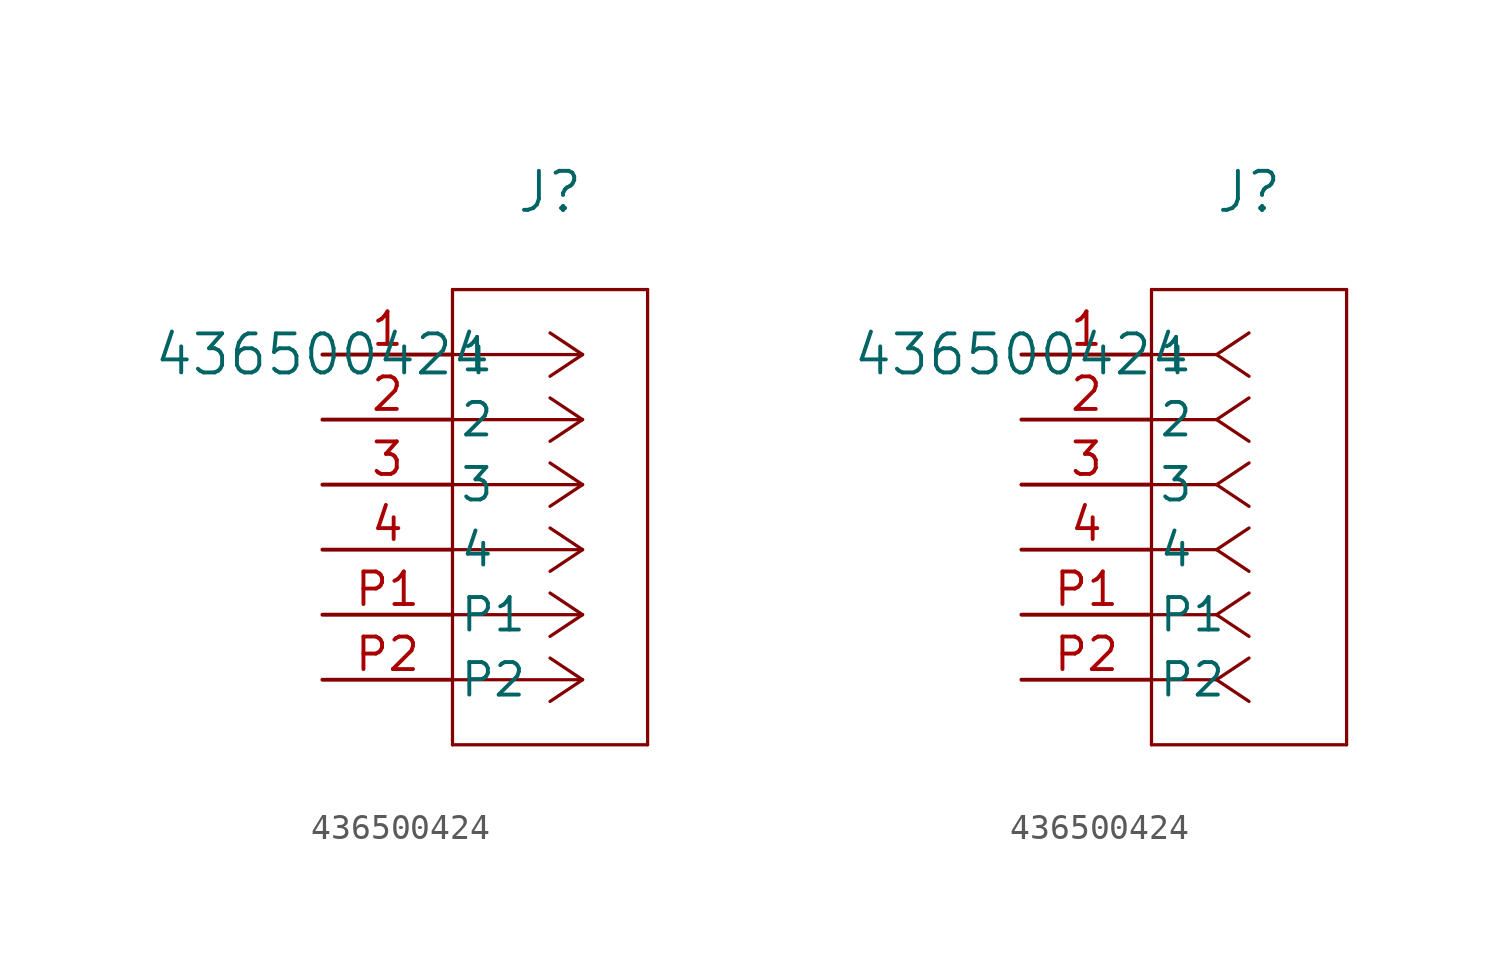
<source format=kicad_sym>
(kicad_symbol_lib
  (version 20211014)
  (generator kicad_symbol_editor)
  (symbol "436500424"
    (pin_names
      (offset 0.254))
    (property "Reference" "J"
      (at 8.89 6.35 0)
      (effects (font (size 1.524 1.524))))
    (property "Value" "436500424"
      (at 0 0 0)
      (effects (font (size 1.524 1.524))))
    (symbol "436500424_1_1"
      (polyline (pts (xy 10.16 0) (xy 5.08 0)) (stroke (width 0.127) (type default) (color 0 0 0 0)) (fill (type none)))
      (polyline (pts (xy 10.16 -2.54) (xy 5.08 -2.54)) (stroke (width 0.127) (type default) (color 0 0 0 0)) (fill (type none)))
      (polyline (pts (xy 10.16 -5.08) (xy 5.08 -5.08)) (stroke (width 0.127) (type default) (color 0 0 0 0)) (fill (type none)))
      (polyline (pts (xy 10.16 -7.62) (xy 5.08 -7.62)) (stroke (width 0.127) (type default) (color 0 0 0 0)) (fill (type none)))
      (polyline (pts (xy 10.16 -10.16) (xy 5.08 -10.16)) (stroke (width 0.127) (type default) (color 0 0 0 0)) (fill (type none)))
      (polyline (pts (xy 10.16 -12.7) (xy 5.08 -12.7)) (stroke (width 0.127) (type default) (color 0 0 0 0)) (fill (type none)))
      (polyline (pts (xy 10.16 0) (xy 8.89 0.847)) (stroke (width 0.127) (type default) (color 0 0 0 0)) (fill (type none)))
      (polyline (pts (xy 10.16 -2.54) (xy 8.89 -1.693)) (stroke (width 0.127) (type default) (color 0 0 0 0)) (fill (type none)))
      (polyline (pts (xy 10.16 -5.08) (xy 8.89 -4.233)) (stroke (width 0.127) (type default) (color 0 0 0 0)) (fill (type none)))
      (polyline (pts (xy 10.16 -7.62) (xy 8.89 -6.773)) (stroke (width 0.127) (type default) (color 0 0 0 0)) (fill (type none)))
      (polyline (pts (xy 10.16 -10.16) (xy 8.89 -9.313)) (stroke (width 0.127) (type default) (color 0 0 0 0)) (fill (type none)))
      (polyline (pts (xy 10.16 -12.7) (xy 8.89 -11.853)) (stroke (width 0.127) (type default) (color 0 0 0 0)) (fill (type none)))
      (polyline (pts (xy 10.16 0) (xy 8.89 -0.847)) (stroke (width 0.127) (type default) (color 0 0 0 0)) (fill (type none)))
      (polyline (pts (xy 10.16 -2.54) (xy 8.89 -3.387)) (stroke (width 0.127) (type default) (color 0 0 0 0)) (fill (type none)))
      (polyline (pts (xy 10.16 -5.08) (xy 8.89 -5.927)) (stroke (width 0.127) (type default) (color 0 0 0 0)) (fill (type none)))
      (polyline (pts (xy 10.16 -7.62) (xy 8.89 -8.467)) (stroke (width 0.127) (type default) (color 0 0 0 0)) (fill (type none)))
      (polyline (pts (xy 10.16 -10.16) (xy 8.89 -11.007)) (stroke (width 0.127) (type default) (color 0 0 0 0)) (fill (type none)))
      (polyline (pts (xy 10.16 -12.7) (xy 8.89 -13.547)) (stroke (width 0.127) (type default) (color 0 0 0 0)) (fill (type none)))
      (polyline (pts (xy 5.08 2.54) (xy 5.08 -15.24)) (stroke (width 0.127) (type default) (color 0 0 0 0)) (fill (type none)))
      (polyline (pts (xy 5.08 -15.24) (xy 12.7 -15.24)) (stroke (width 0.127) (type default) (color 0 0 0 0)) (fill (type none)))
      (polyline (pts (xy 12.7 -15.24) (xy 12.7 2.54)) (stroke (width 0.127) (type default) (color 0 0 0 0)) (fill (type none)))
      (polyline (pts (xy 12.7 2.54) (xy 5.08 2.54)) (stroke (width 0.127) (type default) (color 0 0 0 0)) (fill (type none)))
      (pin unspecified line (at 0 0 0) (length 5.08) (name "1" (effects (font (size 1.27 1.27)))) (number "1" (effects (font (size 1.27 1.27)))))
      (pin unspecified line (at 0 -2.54 0) (length 5.08) (name "2" (effects (font (size 1.27 1.27)))) (number "2" (effects (font (size 1.27 1.27)))))
      (pin unspecified line (at 0 -5.08 0) (length 5.08) (name "3" (effects (font (size 1.27 1.27)))) (number "3" (effects (font (size 1.27 1.27)))))
      (pin unspecified line (at 0 -7.62 0) (length 5.08) (name "4" (effects (font (size 1.27 1.27)))) (number "4" (effects (font (size 1.27 1.27)))))
      (pin unspecified line (at 0 -10.16 0) (length 5.08) (name "P1" (effects (font (size 1.27 1.27)))) (number "P1" (effects (font (size 1.27 1.27)))))
      (pin unspecified line (at 0 -12.7 0) (length 5.08) (name "P2" (effects (font (size 1.27 1.27)))) (number "P2" (effects (font (size 1.27 1.27))))))
    (symbol "436500424_1_2"
      (polyline (pts (xy 7.62 0) (xy 5.08 0)) (stroke (width 0.127) (type default) (color 0 0 0 0)) (fill (type none)))
      (polyline (pts (xy 7.62 -2.54) (xy 5.08 -2.54)) (stroke (width 0.127) (type default) (color 0 0 0 0)) (fill (type none)))
      (polyline (pts (xy 7.62 -5.08) (xy 5.08 -5.08)) (stroke (width 0.127) (type default) (color 0 0 0 0)) (fill (type none)))
      (polyline (pts (xy 7.62 -7.62) (xy 5.08 -7.62)) (stroke (width 0.127) (type default) (color 0 0 0 0)) (fill (type none)))
      (polyline (pts (xy 7.62 -10.16) (xy 5.08 -10.16)) (stroke (width 0.127) (type default) (color 0 0 0 0)) (fill (type none)))
      (polyline (pts (xy 7.62 -12.7) (xy 5.08 -12.7)) (stroke (width 0.127) (type default) (color 0 0 0 0)) (fill (type none)))
      (polyline (pts (xy 7.62 0) (xy 8.89 0.847)) (stroke (width 0.127) (type default) (color 0 0 0 0)) (fill (type none)))
      (polyline (pts (xy 7.62 -2.54) (xy 8.89 -1.693)) (stroke (width 0.127) (type default) (color 0 0 0 0)) (fill (type none)))
      (polyline (pts (xy 7.62 -5.08) (xy 8.89 -4.233)) (stroke (width 0.127) (type default) (color 0 0 0 0)) (fill (type none)))
      (polyline (pts (xy 7.62 -7.62) (xy 8.89 -6.773)) (stroke (width 0.127) (type default) (color 0 0 0 0)) (fill (type none)))
      (polyline (pts (xy 7.62 -10.16) (xy 8.89 -9.313)) (stroke (width 0.127) (type default) (color 0 0 0 0)) (fill (type none)))
      (polyline (pts (xy 7.62 -12.7) (xy 8.89 -11.853)) (stroke (width 0.127) (type default) (color 0 0 0 0)) (fill (type none)))
      (polyline (pts (xy 7.62 0) (xy 8.89 -0.847)) (stroke (width 0.127) (type default) (color 0 0 0 0)) (fill (type none)))
      (polyline (pts (xy 7.62 -2.54) (xy 8.89 -3.387)) (stroke (width 0.127) (type default) (color 0 0 0 0)) (fill (type none)))
      (polyline (pts (xy 7.62 -5.08) (xy 8.89 -5.927)) (stroke (width 0.127) (type default) (color 0 0 0 0)) (fill (type none)))
      (polyline (pts (xy 7.62 -7.62) (xy 8.89 -8.467)) (stroke (width 0.127) (type default) (color 0 0 0 0)) (fill (type none)))
      (polyline (pts (xy 7.62 -10.16) (xy 8.89 -11.007)) (stroke (width 0.127) (type default) (color 0 0 0 0)) (fill (type none)))
      (polyline (pts (xy 7.62 -12.7) (xy 8.89 -13.547)) (stroke (width 0.127) (type default) (color 0 0 0 0)) (fill (type none)))
      (polyline (pts (xy 5.08 2.54) (xy 5.08 -15.24)) (stroke (width 0.127) (type default) (color 0 0 0 0)) (fill (type none)))
      (polyline (pts (xy 5.08 -15.24) (xy 12.7 -15.24)) (stroke (width 0.127) (type default) (color 0 0 0 0)) (fill (type none)))
      (polyline (pts (xy 12.7 -15.24) (xy 12.7 2.54)) (stroke (width 0.127) (type default) (color 0 0 0 0)) (fill (type none)))
      (polyline (pts (xy 12.7 2.54) (xy 5.08 2.54)) (stroke (width 0.127) (type default) (color 0 0 0 0)) (fill (type none)))
      (pin unspecified line (at 0 0 0) (length 5.08) (name "1" (effects (font (size 1.27 1.27)))) (number "1" (effects (font (size 1.27 1.27)))))
      (pin unspecified line (at 0 -2.54 0) (length 5.08) (name "2" (effects (font (size 1.27 1.27)))) (number "2" (effects (font (size 1.27 1.27)))))
      (pin unspecified line (at 0 -5.08 0) (length 5.08) (name "3" (effects (font (size 1.27 1.27)))) (number "3" (effects (font (size 1.27 1.27)))))
      (pin unspecified line (at 0 -7.62 0) (length 5.08) (name "4" (effects (font (size 1.27 1.27)))) (number "4" (effects (font (size 1.27 1.27)))))
      (pin unspecified line (at 0 -10.16 0) (length 5.08) (name "P1" (effects (font (size 1.27 1.27)))) (number "P1" (effects (font (size 1.27 1.27)))))
      (pin unspecified line (at 0 -12.7 0) (length 5.08) (name "P2" (effects (font (size 1.27 1.27)))) (number "P2" (effects (font (size 1.27 1.27))))))))
</source>
